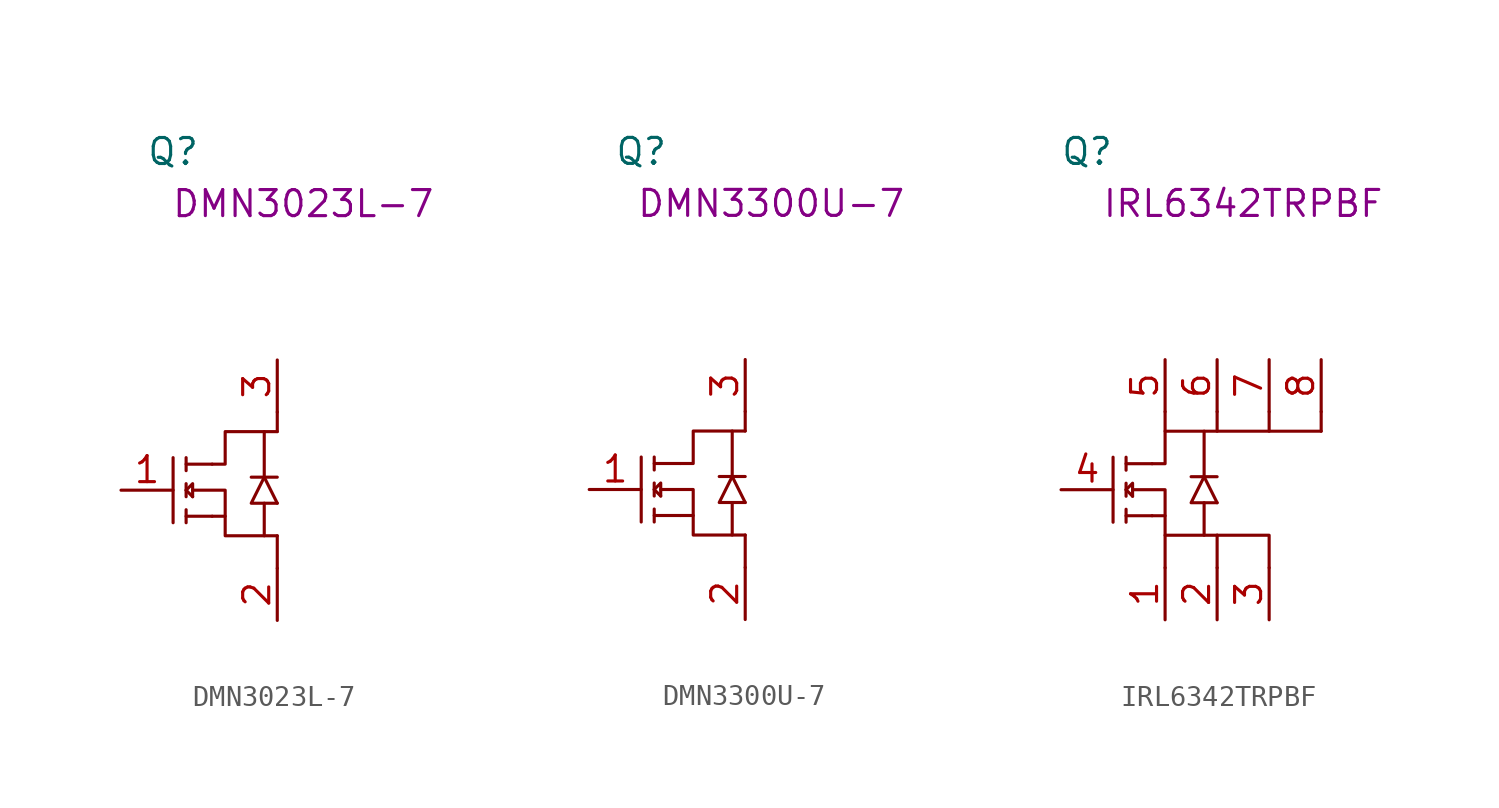
<source format=kicad_sym>
(kicad_symbol_lib
  (version 20211014)
  (generator kicad_symbol_editor)
  (symbol "DMN3023L-7"
    (property "Reference" "Q"
      (at 2.54 16.51 0)
      (effects (font (size 1.27 1.27))))
    (property "P/N" "DMN3023L-7"
      (at 8.89 13.97 0)
      (effects (font (size 1.27 1.27))))
    (symbol "DMN3023L-7_0_0"
      (pin passive line (at 0 0 0) (length 2.54) (name "" (effects (font (size 1.27 1.27)))) (number "1" (effects (font (size 1.27 1.27)))))
      (pin passive line (at 7.62 -6.35 90) (length 2.54) (name "" (effects (font (size 1.27 1.27)))) (number "2" (effects (font (size 1.27 1.27)))))
      (pin passive line (at 7.62 6.35 270) (length 2.54) (name "" (effects (font (size 1.27 1.27)))) (number "3" (effects (font (size 1.27 1.27))))))
    (symbol "DMN3023L-7_0_1"
      (polyline (pts (xy 2.54 -1.587) (xy 2.54 1.587)) (stroke (width 0) (type default) (color 0 0 0 0)) (fill (type none)))
      (polyline (pts (xy 3.175 -1.27) (xy 4.445 -1.27)) (stroke (width 0) (type default) (color 0 0 0 0)) (fill (type none)))
      (polyline (pts (xy 3.175 -0.953) (xy 3.175 -1.587)) (stroke (width 0) (type default) (color 0 0 0 0)) (fill (type none)))
      (polyline (pts (xy 3.175 0) (xy 3.493 -0.318)) (stroke (width 0) (type default) (color 0 0 0 0)) (fill (type none)))
      (polyline (pts (xy 3.175 0.318) (xy 3.175 -0.318)) (stroke (width 0) (type default) (color 0 0 0 0)) (fill (type none)))
      (polyline (pts (xy 3.175 1.27) (xy 4.445 1.27)) (stroke (width 0) (type default) (color 0 0 0 0)) (fill (type none)))
      (polyline (pts (xy 3.175 1.587) (xy 3.175 0.953)) (stroke (width 0) (type default) (color 0 0 0 0)) (fill (type none)))
      (polyline (pts (xy 6.985 -0.635) (xy 6.985 -2.223)) (stroke (width 0) (type default) (color 0 0 0 0)) (fill (type none)))
      (polyline (pts (xy 6.985 0.635) (xy 6.985 2.857)) (stroke (width 0) (type default) (color 0 0 0 0)) (fill (type none)))
      (polyline (pts (xy 7.62 -3.81) (xy 7.62 -2.223)) (stroke (width 0) (type default) (color 0 0 0 0)) (fill (type none)))
      (polyline (pts (xy 7.62 -0.635) (xy 6.985 0.635)) (stroke (width 0) (type default) (color 0 0 0 0)) (fill (type none)))
      (polyline (pts (xy 7.62 0.635) (xy 6.35 0.635)) (stroke (width 0) (type default) (color 0 0 0 0)) (fill (type none)))
      (polyline (pts (xy 7.62 2.857) (xy 7.62 3.81)) (stroke (width 0) (type default) (color 0 0 0 0)) (fill (type none)))
      (polyline (pts (xy 3.493 -0.318) (xy 3.493 0.318) (xy 3.175 0)) (stroke (width 0) (type default) (color 0 0 0 0)) (fill (type none)))
      (polyline (pts (xy 3.493 0) (xy 5.08 0) (xy 5.08 -1.27)) (stroke (width 0) (type default) (color 0 0 0 0)) (fill (type none)))
      (polyline (pts (xy 7.62 -0.635) (xy 6.35 -0.635) (xy 6.985 0.635)) (stroke (width 0) (type default) (color 0 0 0 0)) (fill (type none)))
      (polyline (pts (xy 4.445 -1.27) (xy 5.08 -1.27) (xy 5.08 -2.223) (xy 7.62 -2.223)) (stroke (width 0) (type default) (color 0 0 0 0)) (fill (type none)))
      (polyline (pts (xy 4.445 1.27) (xy 5.08 1.27) (xy 5.08 2.857) (xy 7.62 2.857)) (stroke (width 0) (type default) (color 0 0 0 0)) (fill (type none)))))
  (symbol "DMN3300U-7"
    (property "Reference" "Q"
      (at 2.54 16.51 0)
      (effects (font (size 1.27 1.27))))
    (property "P/N" "DMN3300U-7"
      (at 8.89 13.97 0)
      (effects (font (size 1.27 1.27))))
    (symbol "DMN3300U-7_0_0"
      (pin passive line (at 0 0 0) (length 2.54) (name "" (effects (font (size 1.27 1.27)))) (number "1" (effects (font (size 1.27 1.27)))))
      (pin passive line (at 7.62 -6.35 90) (length 2.54) (name "" (effects (font (size 1.27 1.27)))) (number "2" (effects (font (size 1.27 1.27)))))
      (pin passive line (at 7.62 6.35 270) (length 2.54) (name "" (effects (font (size 1.27 1.27)))) (number "3" (effects (font (size 1.27 1.27))))))
    (symbol "DMN3300U-7_0_1"
      (polyline (pts (xy 2.54 -1.587) (xy 2.54 1.587)) (stroke (width 0) (type default) (color 0 0 0 0)) (fill (type none)))
      (polyline (pts (xy 3.175 -1.27) (xy 4.445 -1.27)) (stroke (width 0) (type default) (color 0 0 0 0)) (fill (type none)))
      (polyline (pts (xy 3.175 -0.953) (xy 3.175 -1.587)) (stroke (width 0) (type default) (color 0 0 0 0)) (fill (type none)))
      (polyline (pts (xy 3.175 0) (xy 3.493 -0.318)) (stroke (width 0) (type default) (color 0 0 0 0)) (fill (type none)))
      (polyline (pts (xy 3.175 0.318) (xy 3.175 -0.318)) (stroke (width 0) (type default) (color 0 0 0 0)) (fill (type none)))
      (polyline (pts (xy 3.175 1.27) (xy 4.445 1.27)) (stroke (width 0) (type default) (color 0 0 0 0)) (fill (type none)))
      (polyline (pts (xy 3.175 1.587) (xy 3.175 0.953)) (stroke (width 0) (type default) (color 0 0 0 0)) (fill (type none)))
      (polyline (pts (xy 6.985 -0.635) (xy 6.985 -2.223)) (stroke (width 0) (type default) (color 0 0 0 0)) (fill (type none)))
      (polyline (pts (xy 6.985 0.635) (xy 6.985 2.857)) (stroke (width 0) (type default) (color 0 0 0 0)) (fill (type none)))
      (polyline (pts (xy 7.62 -3.81) (xy 7.62 -2.223)) (stroke (width 0) (type default) (color 0 0 0 0)) (fill (type none)))
      (polyline (pts (xy 7.62 -0.635) (xy 6.985 0.635)) (stroke (width 0) (type default) (color 0 0 0 0)) (fill (type none)))
      (polyline (pts (xy 7.62 0.635) (xy 6.35 0.635)) (stroke (width 0) (type default) (color 0 0 0 0)) (fill (type none)))
      (polyline (pts (xy 7.62 2.857) (xy 7.62 3.81)) (stroke (width 0) (type default) (color 0 0 0 0)) (fill (type none)))
      (polyline (pts (xy 3.493 -0.318) (xy 3.493 0.318) (xy 3.175 0)) (stroke (width 0) (type default) (color 0 0 0 0)) (fill (type none)))
      (polyline (pts (xy 3.493 0) (xy 5.08 0) (xy 5.08 -1.27)) (stroke (width 0) (type default) (color 0 0 0 0)) (fill (type none)))
      (polyline (pts (xy 7.62 -0.635) (xy 6.35 -0.635) (xy 6.985 0.635)) (stroke (width 0) (type default) (color 0 0 0 0)) (fill (type none)))
      (polyline (pts (xy 4.445 -1.27) (xy 5.08 -1.27) (xy 5.08 -2.223) (xy 7.62 -2.223)) (stroke (width 0) (type default) (color 0 0 0 0)) (fill (type none)))
      (polyline (pts (xy 4.445 1.27) (xy 5.08 1.27) (xy 5.08 2.857) (xy 7.62 2.857)) (stroke (width 0) (type default) (color 0 0 0 0)) (fill (type none)))))
  (symbol "IRL6342TRPBF"
    (property "Reference" "Q"
      (at 1.27 16.51 0)
      (effects (font (size 1.27 1.27))))
    (property "P/N" "IRL6342TRPBF"
      (at 8.89 13.97 0)
      (effects (font (size 1.27 1.27))))
    (symbol "IRL6342TRPBF_0_0"
      (pin passive line (at 5.08 -6.35 90) (length 2.54) (name "" (effects (font (size 1.27 1.27)))) (number "1" (effects (font (size 1.27 1.27)))))
      (pin passive line (at 7.62 -6.35 90) (length 2.54) (name "" (effects (font (size 1.27 1.27)))) (number "2" (effects (font (size 1.27 1.27)))))
      (pin passive line (at 10.16 -6.35 90) (length 2.54) (name "" (effects (font (size 1.27 1.27)))) (number "3" (effects (font (size 1.27 1.27)))))
      (pin passive line (at 0 0 0) (length 2.54) (name "" (effects (font (size 1.27 1.27)))) (number "4" (effects (font (size 1.27 1.27)))))
      (pin passive line (at 5.08 6.35 270) (length 2.54) (name "" (effects (font (size 1.27 1.27)))) (number "5" (effects (font (size 1.27 1.27)))))
      (pin passive line (at 7.62 6.35 270) (length 2.54) (name "" (effects (font (size 1.27 1.27)))) (number "6" (effects (font (size 1.27 1.27)))))
      (pin passive line (at 10.16 6.35 270) (length 2.54) (name "" (effects (font (size 1.27 1.27)))) (number "7" (effects (font (size 1.27 1.27)))))
      (pin passive line (at 12.7 6.35 270) (length 2.54) (name "" (effects (font (size 1.27 1.27)))) (number "8" (effects (font (size 1.27 1.27))))))
    (symbol "IRL6342TRPBF_0_1"
      (polyline (pts (xy 2.54 -1.587) (xy 2.54 1.587)) (stroke (width 0) (type default) (color 0 0 0 0)) (fill (type none)))
      (polyline (pts (xy 3.175 -1.27) (xy 4.445 -1.27)) (stroke (width 0) (type default) (color 0 0 0 0)) (fill (type none)))
      (polyline (pts (xy 3.175 -0.953) (xy 3.175 -1.587)) (stroke (width 0) (type default) (color 0 0 0 0)) (fill (type none)))
      (polyline (pts (xy 3.175 0) (xy 3.493 -0.318)) (stroke (width 0) (type default) (color 0 0 0 0)) (fill (type none)))
      (polyline (pts (xy 3.175 0.318) (xy 3.175 -0.318)) (stroke (width 0) (type default) (color 0 0 0 0)) (fill (type none)))
      (polyline (pts (xy 3.175 1.27) (xy 4.445 1.27)) (stroke (width 0) (type default) (color 0 0 0 0)) (fill (type none)))
      (polyline (pts (xy 3.175 1.587) (xy 3.175 0.953)) (stroke (width 0) (type default) (color 0 0 0 0)) (fill (type none)))
      (polyline (pts (xy 5.08 -3.81) (xy 5.08 -2.223)) (stroke (width 0) (type default) (color 0 0 0 0)) (fill (type none)))
      (polyline (pts (xy 5.08 2.857) (xy 5.08 3.81)) (stroke (width 0) (type default) (color 0 0 0 0)) (fill (type none)))
      (polyline (pts (xy 6.985 -0.635) (xy 6.985 -2.223)) (stroke (width 0) (type default) (color 0 0 0 0)) (fill (type none)))
      (polyline (pts (xy 6.985 0.635) (xy 6.985 2.857)) (stroke (width 0) (type default) (color 0 0 0 0)) (fill (type none)))
      (polyline (pts (xy 7.62 -3.81) (xy 7.62 -2.223)) (stroke (width 0) (type default) (color 0 0 0 0)) (fill (type none)))
      (polyline (pts (xy 7.62 -0.635) (xy 6.985 0.635)) (stroke (width 0) (type default) (color 0 0 0 0)) (fill (type none)))
      (polyline (pts (xy 7.62 0.635) (xy 6.35 0.635)) (stroke (width 0) (type default) (color 0 0 0 0)) (fill (type none)))
      (polyline (pts (xy 7.62 2.857) (xy 7.62 3.81)) (stroke (width 0) (type default) (color 0 0 0 0)) (fill (type none)))
      (polyline (pts (xy 10.16 2.857) (xy 10.16 3.81)) (stroke (width 0) (type default) (color 0 0 0 0)) (fill (type none)))
      (polyline (pts (xy 12.7 2.857) (xy 12.7 3.81)) (stroke (width 0) (type default) (color 0 0 0 0)) (fill (type none)))
      (polyline (pts (xy 3.493 -0.318) (xy 3.493 0.318) (xy 3.175 0)) (stroke (width 0) (type default) (color 0 0 0 0)) (fill (type none)))
      (polyline (pts (xy 3.493 0) (xy 5.08 0) (xy 5.08 -1.27)) (stroke (width 0) (type default) (color 0 0 0 0)) (fill (type none)))
      (polyline (pts (xy 7.62 -2.223) (xy 10.16 -2.223) (xy 10.16 -3.81)) (stroke (width 0) (type default) (color 0 0 0 0)) (fill (type none)))
      (polyline (pts (xy 7.62 -0.635) (xy 6.35 -0.635) (xy 6.985 0.635)) (stroke (width 0) (type default) (color 0 0 0 0)) (fill (type none)))
      (polyline (pts (xy 4.445 -1.27) (xy 5.08 -1.27) (xy 5.08 -2.223) (xy 7.62 -2.223)) (stroke (width 0) (type default) (color 0 0 0 0)) (fill (type none)))
      (polyline (pts (xy 4.445 1.27) (xy 5.08 1.27) (xy 5.08 2.857) (xy 12.7 2.857)) (stroke (width 0) (type default) (color 0 0 0 0)) (fill (type none))))))
</source>
